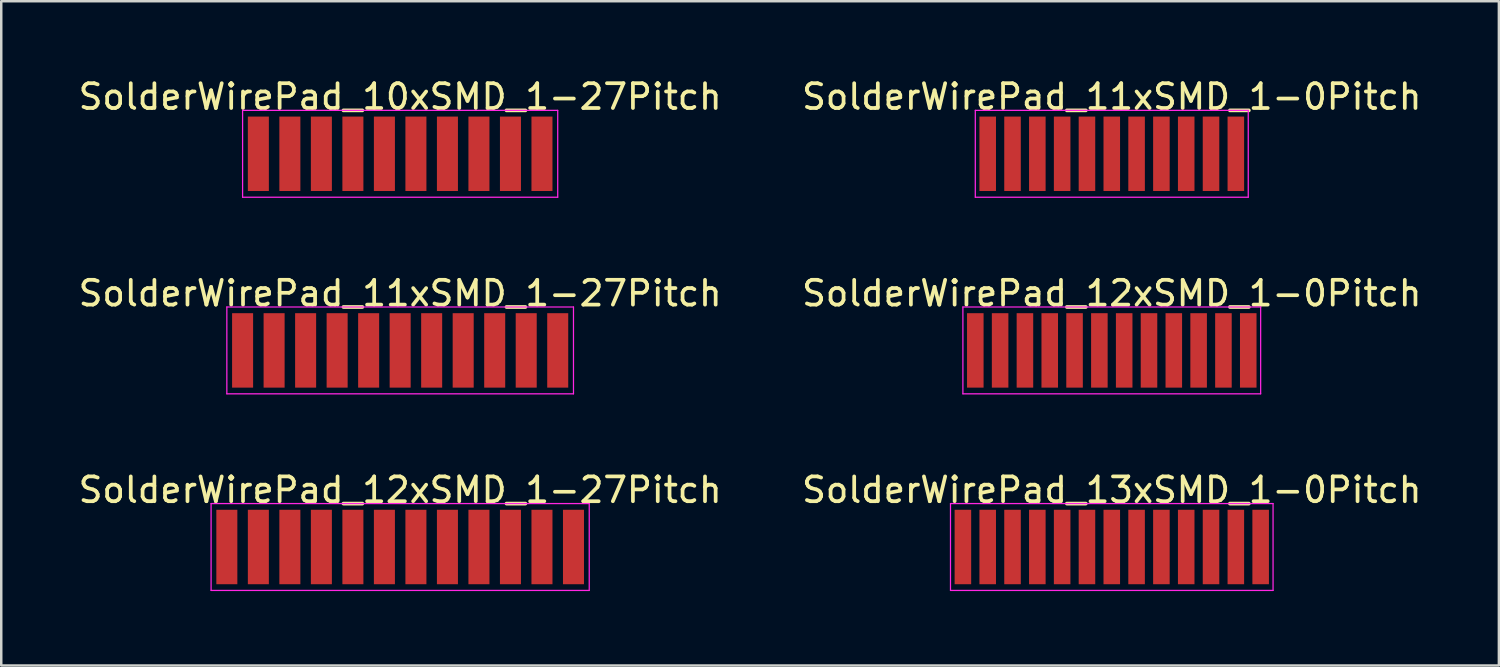
<source format=kicad_pcb>
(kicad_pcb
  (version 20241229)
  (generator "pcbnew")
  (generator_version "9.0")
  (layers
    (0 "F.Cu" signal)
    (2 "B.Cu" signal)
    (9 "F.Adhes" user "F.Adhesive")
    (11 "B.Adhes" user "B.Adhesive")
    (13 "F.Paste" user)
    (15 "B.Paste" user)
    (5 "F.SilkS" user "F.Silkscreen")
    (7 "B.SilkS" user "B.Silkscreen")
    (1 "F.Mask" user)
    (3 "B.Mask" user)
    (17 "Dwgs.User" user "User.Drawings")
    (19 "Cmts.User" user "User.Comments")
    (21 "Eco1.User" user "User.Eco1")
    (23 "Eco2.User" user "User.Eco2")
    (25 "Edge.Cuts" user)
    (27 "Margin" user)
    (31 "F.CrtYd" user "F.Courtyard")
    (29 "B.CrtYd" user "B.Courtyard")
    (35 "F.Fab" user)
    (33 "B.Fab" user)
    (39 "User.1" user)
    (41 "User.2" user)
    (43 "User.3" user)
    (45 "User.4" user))
  (footprint "SolderWirePad_11xSMD_1-0Pitch"
    (layer "F.Cu")
    (at 41.756 3.148)
    (property "Reference" "SolderWirePad_11xSMD_1-0Pitch" (at 0 -2.3 0) (layer "F.SilkS") (effects (font (size 1 1) (thickness 0.15))))
    (attr through_hole)
    (fp_line (start -5.5 -1.75) (end 5.5 -1.75) (stroke (width 0.05) (type solid)) (layer "F.CrtYd"))
    (fp_line (start -5.5 1.75) (end -5.5 -1.75) (stroke (width 0.05) (type solid)) (layer "F.CrtYd"))
    (fp_line (start 5.5 -1.75) (end 5.5 1.75) (stroke (width 0.05) (type solid)) (layer "F.CrtYd"))
    (fp_line (start 5.5 1.75) (end -5.5 1.75) (stroke (width 0.05) (type solid)) (layer "F.CrtYd"))
    (pad "1" smd rect (at -5 0) (size 0.667 3) (layers "F.Cu" "F.Mask" "F.Paste"))
    (pad "2" smd rect (at -4 0) (size 0.667 3) (layers "F.Cu" "F.Mask" "F.Paste"))
    (pad "3" smd rect (at -3 0) (size 0.667 3) (layers "F.Cu" "F.Mask" "F.Paste"))
    (pad "4" smd rect (at -2 0) (size 0.667 3) (layers "F.Cu" "F.Mask" "F.Paste"))
    (pad "5" smd rect (at -1 0) (size 0.667 3) (layers "F.Cu" "F.Mask" "F.Paste"))
    (pad "6" smd rect (at 0 0) (size 0.667 3) (layers "F.Cu" "F.Mask" "F.Paste"))
    (pad "7" smd rect (at 1 0) (size 0.667 3) (layers "F.Cu" "F.Mask" "F.Paste"))
    (pad "8" smd rect (at 2 0) (size 0.667 3) (layers "F.Cu" "F.Mask" "F.Paste"))
    (pad "9" smd rect (at 3 0) (size 0.667 3) (layers "F.Cu" "F.Mask" "F.Paste"))
    (pad "10" smd rect (at 4 0) (size 0.667 3) (layers "F.Cu" "F.Mask" "F.Paste"))
    (pad "11" smd rect (at 5 0) (size 0.667 3) (layers "F.Cu" "F.Mask" "F.Paste")))
  (footprint "SolderWirePad_10xSMD_1-27Pitch"
    (layer "F.Cu")
    (at 13.077 3.148)
    (property "Reference" "SolderWirePad_10xSMD_1-27Pitch" (at 0 -2.3 0) (layer "F.SilkS") (effects (font (size 1 1) (thickness 0.15))))
    (attr through_hole)
    (fp_line (start -6.35 -1.75) (end 6.35 -1.75) (stroke (width 0.05) (type solid)) (layer "F.CrtYd"))
    (fp_line (start -6.35 1.75) (end -6.35 -1.75) (stroke (width 0.05) (type solid)) (layer "F.CrtYd"))
    (fp_line (start 6.35 -1.75) (end 6.35 1.75) (stroke (width 0.05) (type solid)) (layer "F.CrtYd"))
    (fp_line (start 6.35 1.75) (end -6.35 1.75) (stroke (width 0.05) (type solid)) (layer "F.CrtYd"))
    (pad "1" smd rect (at -5.715 0) (size 0.847 3) (layers "F.Cu" "F.Mask" "F.Paste"))
    (pad "2" smd rect (at -4.445 0) (size 0.847 3) (layers "F.Cu" "F.Mask" "F.Paste"))
    (pad "3" smd rect (at -3.175 0) (size 0.847 3) (layers "F.Cu" "F.Mask" "F.Paste"))
    (pad "4" smd rect (at -1.905 0) (size 0.847 3) (layers "F.Cu" "F.Mask" "F.Paste"))
    (pad "5" smd rect (at -0.635 0) (size 0.847 3) (layers "F.Cu" "F.Mask" "F.Paste"))
    (pad "6" smd rect (at 0.635 0) (size 0.847 3) (layers "F.Cu" "F.Mask" "F.Paste"))
    (pad "7" smd rect (at 1.905 0) (size 0.847 3) (layers "F.Cu" "F.Mask" "F.Paste"))
    (pad "8" smd rect (at 3.175 0) (size 0.847 3) (layers "F.Cu" "F.Mask" "F.Paste"))
    (pad "9" smd rect (at 4.445 0) (size 0.847 3) (layers "F.Cu" "F.Mask" "F.Paste"))
    (pad "10" smd rect (at 5.715 0) (size 0.847 3) (layers "F.Cu" "F.Mask" "F.Paste")))
  (footprint "SolderWirePad_11xSMD_1-27Pitch"
    (layer "F.Cu")
    (at 13.077 11.072)
    (property "Reference" "SolderWirePad_11xSMD_1-27Pitch" (at 0 -2.3 0) (layer "F.SilkS") (effects (font (size 1 1) (thickness 0.15))))
    (attr through_hole)
    (fp_line (start -6.985 -1.75) (end 6.985 -1.75) (stroke (width 0.05) (type solid)) (layer "F.CrtYd"))
    (fp_line (start -6.985 1.75) (end -6.985 -1.75) (stroke (width 0.05) (type solid)) (layer "F.CrtYd"))
    (fp_line (start 6.985 -1.75) (end 6.985 1.75) (stroke (width 0.05) (type solid)) (layer "F.CrtYd"))
    (fp_line (start 6.985 1.75) (end -6.985 1.75) (stroke (width 0.05) (type solid)) (layer "F.CrtYd"))
    (pad "1" smd rect (at -6.35 0) (size 0.847 3) (layers "F.Cu" "F.Mask" "F.Paste"))
    (pad "2" smd rect (at -5.08 0) (size 0.847 3) (layers "F.Cu" "F.Mask" "F.Paste"))
    (pad "3" smd rect (at -3.81 0) (size 0.847 3) (layers "F.Cu" "F.Mask" "F.Paste"))
    (pad "4" smd rect (at -2.54 0) (size 0.847 3) (layers "F.Cu" "F.Mask" "F.Paste"))
    (pad "5" smd rect (at -1.27 0) (size 0.847 3) (layers "F.Cu" "F.Mask" "F.Paste"))
    (pad "6" smd rect (at 0 0) (size 0.847 3) (layers "F.Cu" "F.Mask" "F.Paste"))
    (pad "7" smd rect (at 1.27 0) (size 0.847 3) (layers "F.Cu" "F.Mask" "F.Paste"))
    (pad "8" smd rect (at 2.54 0) (size 0.847 3) (layers "F.Cu" "F.Mask" "F.Paste"))
    (pad "9" smd rect (at 3.81 0) (size 0.847 3) (layers "F.Cu" "F.Mask" "F.Paste"))
    (pad "10" smd rect (at 5.08 0) (size 0.847 3) (layers "F.Cu" "F.Mask" "F.Paste"))
    (pad "11" smd rect (at 6.35 0) (size 0.847 3) (layers "F.Cu" "F.Mask" "F.Paste")))
  (footprint "SolderWirePad_13xSMD_1-0Pitch"
    (layer "F.Cu")
    (at 41.756 18.995)
    (property "Reference" "SolderWirePad_13xSMD_1-0Pitch" (at 0 -2.3 0) (layer "F.SilkS") (effects (font (size 1 1) (thickness 0.15))))
    (attr through_hole)
    (fp_line (start -6.5 -1.75) (end 6.5 -1.75) (stroke (width 0.05) (type solid)) (layer "F.CrtYd"))
    (fp_line (start -6.5 1.75) (end -6.5 -1.75) (stroke (width 0.05) (type solid)) (layer "F.CrtYd"))
    (fp_line (start 6.5 -1.75) (end 6.5 1.75) (stroke (width 0.05) (type solid)) (layer "F.CrtYd"))
    (fp_line (start 6.5 1.75) (end -6.5 1.75) (stroke (width 0.05) (type solid)) (layer "F.CrtYd"))
    (pad "1" smd rect (at -6 0) (size 0.667 3) (layers "F.Cu" "F.Mask" "F.Paste"))
    (pad "2" smd rect (at -5 0) (size 0.667 3) (layers "F.Cu" "F.Mask" "F.Paste"))
    (pad "3" smd rect (at -4 0) (size 0.667 3) (layers "F.Cu" "F.Mask" "F.Paste"))
    (pad "4" smd rect (at -3 0) (size 0.667 3) (layers "F.Cu" "F.Mask" "F.Paste"))
    (pad "5" smd rect (at -2 0) (size 0.667 3) (layers "F.Cu" "F.Mask" "F.Paste"))
    (pad "6" smd rect (at -1 0) (size 0.667 3) (layers "F.Cu" "F.Mask" "F.Paste"))
    (pad "7" smd rect (at 0 0) (size 0.667 3) (layers "F.Cu" "F.Mask" "F.Paste"))
    (pad "8" smd rect (at 1 0) (size 0.667 3) (layers "F.Cu" "F.Mask" "F.Paste"))
    (pad "9" smd rect (at 2 0) (size 0.667 3) (layers "F.Cu" "F.Mask" "F.Paste"))
    (pad "10" smd rect (at 3 0) (size 0.667 3) (layers "F.Cu" "F.Mask" "F.Paste"))
    (pad "11" smd rect (at 4 0) (size 0.667 3) (layers "F.Cu" "F.Mask" "F.Paste"))
    (pad "12" smd rect (at 5 0) (size 0.667 3) (layers "F.Cu" "F.Mask" "F.Paste"))
    (pad "13" smd rect (at 6 0) (size 0.667 3) (layers "F.Cu" "F.Mask" "F.Paste")))
  (footprint "SolderWirePad_12xSMD_1-0Pitch"
    (layer "F.Cu")
    (at 41.756 11.072)
    (property "Reference" "SolderWirePad_12xSMD_1-0Pitch" (at 0 -2.3 0) (layer "F.SilkS") (effects (font (size 1 1) (thickness 0.15))))
    (attr through_hole)
    (fp_line (start -6 -1.75) (end 6 -1.75) (stroke (width 0.05) (type solid)) (layer "F.CrtYd"))
    (fp_line (start -6 1.75) (end -6 -1.75) (stroke (width 0.05) (type solid)) (layer "F.CrtYd"))
    (fp_line (start 6 -1.75) (end 6 1.75) (stroke (width 0.05) (type solid)) (layer "F.CrtYd"))
    (fp_line (start 6 1.75) (end -6 1.75) (stroke (width 0.05) (type solid)) (layer "F.CrtYd"))
    (pad "1" smd rect (at -5.5 0) (size 0.667 3) (layers "F.Cu" "F.Mask" "F.Paste"))
    (pad "2" smd rect (at -4.5 0) (size 0.667 3) (layers "F.Cu" "F.Mask" "F.Paste"))
    (pad "3" smd rect (at -3.5 0) (size 0.667 3) (layers "F.Cu" "F.Mask" "F.Paste"))
    (pad "4" smd rect (at -2.5 0) (size 0.667 3) (layers "F.Cu" "F.Mask" "F.Paste"))
    (pad "5" smd rect (at -1.5 0) (size 0.667 3) (layers "F.Cu" "F.Mask" "F.Paste"))
    (pad "6" smd rect (at -0.5 0) (size 0.667 3) (layers "F.Cu" "F.Mask" "F.Paste"))
    (pad "7" smd rect (at 0.5 0) (size 0.667 3) (layers "F.Cu" "F.Mask" "F.Paste"))
    (pad "8" smd rect (at 1.5 0) (size 0.667 3) (layers "F.Cu" "F.Mask" "F.Paste"))
    (pad "9" smd rect (at 2.5 0) (size 0.667 3) (layers "F.Cu" "F.Mask" "F.Paste"))
    (pad "10" smd rect (at 3.5 0) (size 0.667 3) (layers "F.Cu" "F.Mask" "F.Paste"))
    (pad "11" smd rect (at 4.5 0) (size 0.667 3) (layers "F.Cu" "F.Mask" "F.Paste"))
    (pad "12" smd rect (at 5.5 0) (size 0.667 3) (layers "F.Cu" "F.Mask" "F.Paste")))
  (footprint "SolderWirePad_12xSMD_1-27Pitch"
    (layer "F.Cu")
    (at 13.077 18.995)
    (property "Reference" "SolderWirePad_12xSMD_1-27Pitch" (at 0 -2.3 0) (layer "F.SilkS") (effects (font (size 1 1) (thickness 0.15))))
    (attr through_hole)
    (fp_line (start -7.62 -1.75) (end 7.62 -1.75) (stroke (width 0.05) (type solid)) (layer "F.CrtYd"))
    (fp_line (start -7.62 1.75) (end -7.62 -1.75) (stroke (width 0.05) (type solid)) (layer "F.CrtYd"))
    (fp_line (start 7.62 -1.75) (end 7.62 1.75) (stroke (width 0.05) (type solid)) (layer "F.CrtYd"))
    (fp_line (start 7.62 1.75) (end -7.62 1.75) (stroke (width 0.05) (type solid)) (layer "F.CrtYd"))
    (pad "1" smd rect (at -6.985 0) (size 0.847 3) (layers "F.Cu" "F.Mask" "F.Paste"))
    (pad "2" smd rect (at -5.715 0) (size 0.847 3) (layers "F.Cu" "F.Mask" "F.Paste"))
    (pad "3" smd rect (at -4.445 0) (size 0.847 3) (layers "F.Cu" "F.Mask" "F.Paste"))
    (pad "4" smd rect (at -3.175 0) (size 0.847 3) (layers "F.Cu" "F.Mask" "F.Paste"))
    (pad "5" smd rect (at -1.905 0) (size 0.847 3) (layers "F.Cu" "F.Mask" "F.Paste"))
    (pad "6" smd rect (at -0.635 0) (size 0.847 3) (layers "F.Cu" "F.Mask" "F.Paste"))
    (pad "7" smd rect (at 0.635 0) (size 0.847 3) (layers "F.Cu" "F.Mask" "F.Paste"))
    (pad "8" smd rect (at 1.905 0) (size 0.847 3) (layers "F.Cu" "F.Mask" "F.Paste"))
    (pad "9" smd rect (at 3.175 0) (size 0.847 3) (layers "F.Cu" "F.Mask" "F.Paste"))
    (pad "10" smd rect (at 4.445 0) (size 0.847 3) (layers "F.Cu" "F.Mask" "F.Paste"))
    (pad "11" smd rect (at 5.715 0) (size 0.847 3) (layers "F.Cu" "F.Mask" "F.Paste"))
    (pad "12" smd rect (at 6.985 0) (size 0.847 3) (layers "F.Cu" "F.Mask" "F.Paste")))
  (gr_rect
    (start -3 -3)
    (end 57.357 23.77)
    (stroke (width 0.1) (type default))
    (fill no)
    (layer "Edge.Cuts")))
</source>
